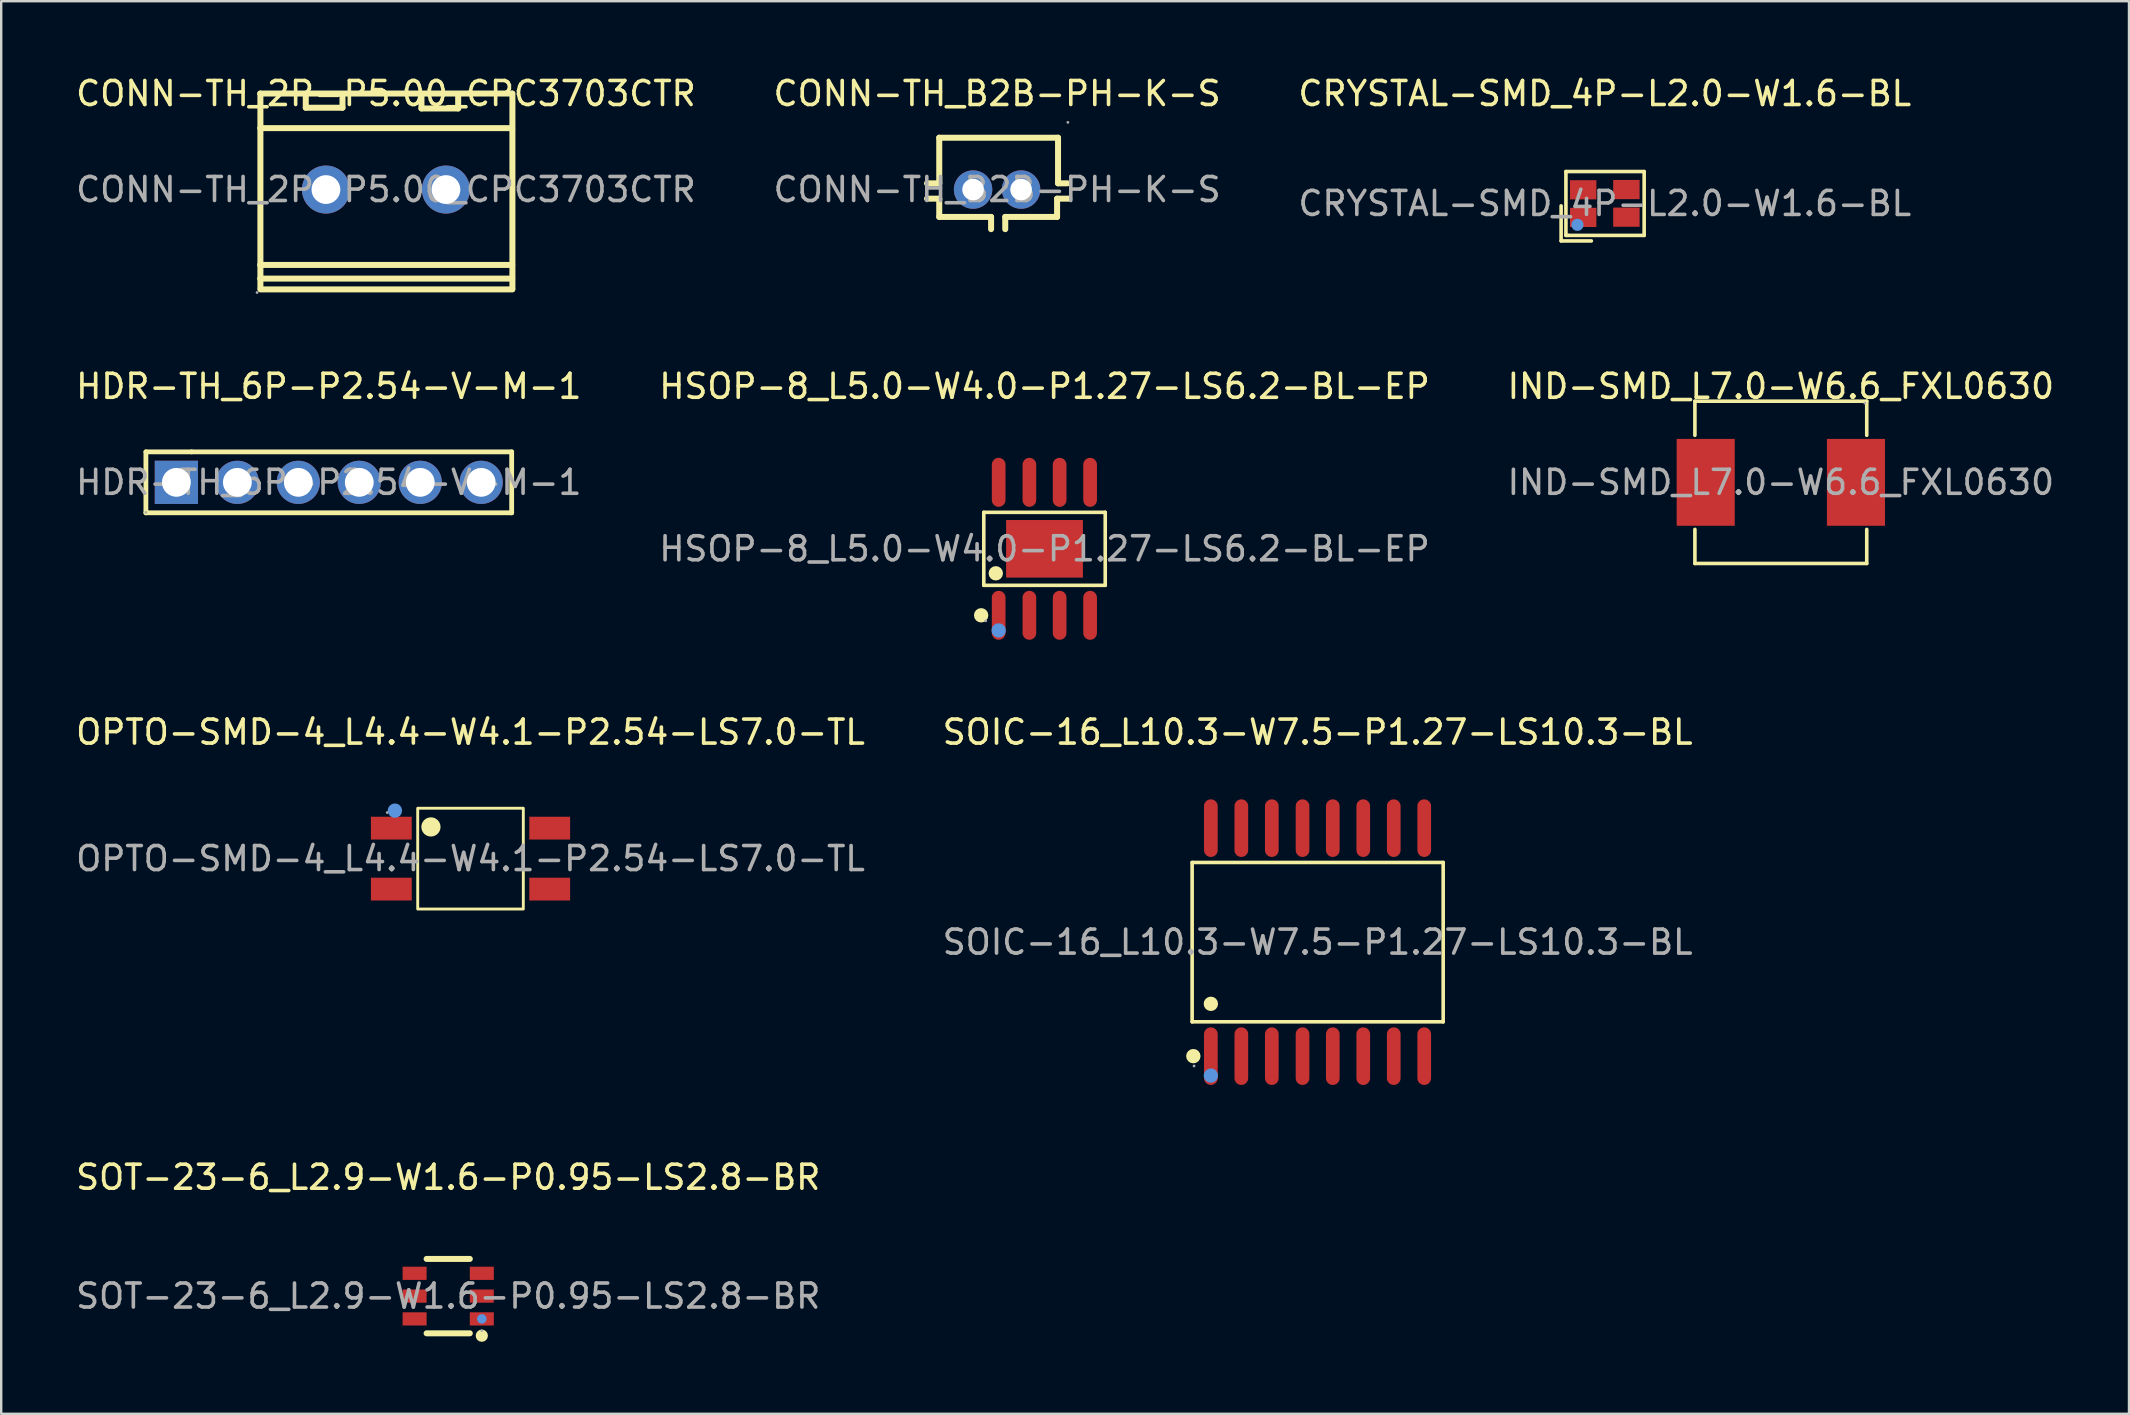
<source format=kicad_pcb>
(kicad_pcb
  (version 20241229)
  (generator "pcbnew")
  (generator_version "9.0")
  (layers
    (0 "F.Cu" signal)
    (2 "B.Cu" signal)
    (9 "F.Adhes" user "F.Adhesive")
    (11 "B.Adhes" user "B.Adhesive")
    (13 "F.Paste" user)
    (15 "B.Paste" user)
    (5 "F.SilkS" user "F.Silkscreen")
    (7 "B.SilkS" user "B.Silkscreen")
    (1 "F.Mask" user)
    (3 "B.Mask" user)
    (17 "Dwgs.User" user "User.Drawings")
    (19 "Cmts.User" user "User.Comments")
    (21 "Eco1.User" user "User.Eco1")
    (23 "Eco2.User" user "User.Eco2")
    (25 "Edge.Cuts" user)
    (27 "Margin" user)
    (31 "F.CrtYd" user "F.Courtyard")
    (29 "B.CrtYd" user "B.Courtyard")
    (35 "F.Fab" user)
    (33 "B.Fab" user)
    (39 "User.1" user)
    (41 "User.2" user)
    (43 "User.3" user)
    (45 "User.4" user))
  (footprint "HDR-TH_6P-P2.54-V-M-1"
    (layer "F.Cu")
    (at 10.649 17.047)
    (property "Reference" "HDR-TH_6P-P2.54-V-M-1" (at 0 -4 0) (layer "F.SilkS") (effects (font (size 1 1) (thickness 0.15))))
    (attr smd)
    (fp_line (start -7.62 -1.27) (end -7.62 1.27) (stroke (width 0.2) (type solid)) (layer "F.SilkS"))
    (fp_line (start -7.62 1.27) (end 7.62 1.27) (stroke (width 0.2) (type solid)) (layer "F.SilkS"))
    (fp_line (start -5.72 -1.27) (end -7.62 -1.27) (stroke (width 0.2) (type solid)) (layer "F.SilkS"))
    (fp_line (start 7.62 -1.27) (end -5.72 -1.27) (stroke (width 0.2) (type solid)) (layer "F.SilkS"))
    (fp_line (start 7.62 1.27) (end 7.62 -1.27) (stroke (width 0.2) (type solid)) (layer "F.SilkS"))
    (fp_circle (center -7.62 1.25) (end -7.59 1.25) (stroke (width 0.06) (type solid)) (fill no) (layer "F.Fab"))
    (fp_text user "${REFERENCE}" (at 0 0 0) (layer "F.Fab") (effects (font (size 1 1) (thickness 0.15))))
    (pad "1" thru_hole rect (at -6.35 0) (size 1.8 1.8) (drill 1.2) (layers "*.Cu" "*.Paste" "*.Mask"))
    (pad "2" thru_hole circle (at -3.81 0) (size 1.8 1.8) (drill 1.2) (layers "*.Cu" "*.Paste" "*.Mask"))
    (pad "3" thru_hole circle (at -1.27 0) (size 1.8 1.8) (drill 1.2) (layers "*.Cu" "*.Paste" "*.Mask"))
    (pad "4" thru_hole circle (at 1.27 0) (size 1.8 1.8) (drill 1.2) (layers "*.Cu" "*.Paste" "*.Mask"))
    (pad "5" thru_hole circle (at 3.81 0) (size 1.8 1.8) (drill 1.2) (layers "*.Cu" "*.Paste" "*.Mask"))
    (pad "6" thru_hole circle (at 6.35 0) (size 1.8 1.8) (drill 1.2) (layers "*.Cu" "*.Paste" "*.Mask")))
  (footprint "SOT-23-6_L2.9-W1.6-P0.95-LS2.8-BR"
    (layer "F.Cu")
    (at 15.625 50.953)
    (property "Reference" "SOT-23-6_L2.9-W1.6-P0.95-LS2.8-BR" (at 0 -4.95 0) (layer "F.SilkS") (effects (font (size 1 1) (thickness 0.15))))
    (attr smd)
    (fp_line (start -0.9 -1.55) (end 0.9 -1.55) (stroke (width 0.25) (type solid)) (layer "F.SilkS"))
    (fp_line (start -0.9 1.55) (end 0.9 1.55) (stroke (width 0.25) (type solid)) (layer "F.SilkS"))
    (fp_circle (center 1.4 1.65) (end 1.53 1.65) (stroke (width 0.25) (type solid)) (fill no) (layer "F.SilkS"))
    (fp_circle (center 1.4 0.95) (end 1.5 0.95) (stroke (width 0.2) (type solid)) (fill no) (layer "Cmts.User"))
    (fp_circle (center 1.4 1.44) (end 1.43 1.44) (stroke (width 0.06) (type solid)) (fill no) (layer "F.Fab"))
    (fp_text user "${REFERENCE}" (at 0 0 0) (layer "F.Fab") (effects (font (size 1 1) (thickness 0.15))))
    (pad "1" smd rect (at 1.4 0.95) (size 1 0.55) (layers "F.Cu" "F.Mask" "F.Paste"))
    (pad "2" smd rect (at 1.4 0) (size 1 0.55) (layers "F.Cu" "F.Mask" "F.Paste"))
    (pad "3" smd rect (at 1.4 -0.95) (size 1 0.55) (layers "F.Cu" "F.Mask" "F.Paste"))
    (pad "4" smd rect (at -1.4 -0.95) (size 1 0.55) (layers "F.Cu" "F.Mask" "F.Paste"))
    (pad "5" smd rect (at -1.4 0) (size 1 0.55) (layers "F.Cu" "F.Mask" "F.Paste"))
    (pad "6" smd rect (at -1.4 0.95) (size 1 0.55) (layers "F.Cu" "F.Mask" "F.Paste")))
  (footprint "OPTO-SMD-4_L4.4-W4.1-P2.54-LS7.0-TL"
    (layer "F.Cu")
    (at 16.554 32.725)
    (property "Reference" "OPTO-SMD-4_L4.4-W4.1-P2.54-LS7.0-TL" (at 0 -5.27 0) (layer "F.SilkS") (effects (font (size 1 1) (thickness 0.15))))
    (attr smd)
    (fp_rect (start -2.2 2.1) (end 2.2 -2.1) (stroke (width 0.12) (type default)) (fill no) (layer "F.SilkS"))
    (fp_arc (start -1.65 -1.52) (mid -1.644991 -1.120063) (end -1.660014 -1.519749) (stroke (width 0.4) (type solid)) (layer "F.SilkS"))
    (fp_circle (center -3.15 -2) (end -3 -2) (stroke (width 0.3) (type solid)) (fill no) (layer "Cmts.User"))
    (fp_circle (center -3.47 -1.92) (end -3.44 -1.92) (stroke (width 0.06) (type solid)) (fill no) (layer "F.Fab"))
    (fp_text user "${REFERENCE}" (at 0 0 0) (layer "F.Fab") (effects (font (size 1 1) (thickness 0.15))))
    (pad "1" smd rect (at -3.3 -1.27) (size 1.7 0.95) (layers "F.Cu" "F.Mask" "F.Paste"))
    (pad "2" smd rect (at -3.3 1.27) (size 1.7 0.95) (layers "F.Cu" "F.Mask" "F.Paste"))
    (pad "3" smd rect (at 3.3 1.27) (size 1.7 0.95) (layers "F.Cu" "F.Mask" "F.Paste"))
    (pad "4" smd rect (at 3.3 -1.27) (size 1.7 0.95) (layers "F.Cu" "F.Mask" "F.Paste")))
  (footprint "CONN-TH_B2B-PH-K-S"
    (layer "F.Cu")
    (at 38.494 4.848)
    (property "Reference" "CONN-TH_B2B-PH-K-S" (at 0 -4 0) (layer "F.SilkS") (effects (font (size 1 1) (thickness 0.15))))
    (attr smd)
    (fp_line (start -2.92 -0.26) (end -2.41 -0.26) (stroke (width 0.25) (type solid)) (layer "F.SilkS"))
    (fp_line (start -2.92 0.38) (end -2.41 0.38) (stroke (width 0.25) (type solid)) (layer "F.SilkS"))
    (fp_line (start -2.41 -2.16) (end 2.54 -2.16) (stroke (width 0.25) (type solid)) (layer "F.SilkS"))
    (fp_line (start -2.41 -0.26) (end -2.41 -2.16) (stroke (width 0.25) (type solid)) (layer "F.SilkS"))
    (fp_line (start -2.41 0.38) (end -2.41 1.14) (stroke (width 0.25) (type solid)) (layer "F.SilkS"))
    (fp_line (start -2.41 1.14) (end -0.25 1.14) (stroke (width 0.25) (type solid)) (layer "F.SilkS"))
    (fp_line (start -0.25 1.14) (end -0.25 1.65) (stroke (width 0.25) (type solid)) (layer "F.SilkS"))
    (fp_line (start 0.34 1.14) (end 0.34 1.65) (stroke (width 0.25) (type solid)) (layer "F.SilkS"))
    (fp_line (start 2.5 0.38) (end 2.5 1.14) (stroke (width 0.25) (type solid)) (layer "F.SilkS"))
    (fp_line (start 2.5 1.14) (end 0.34 1.14) (stroke (width 0.25) (type solid)) (layer "F.SilkS"))
    (fp_line (start 2.54 -2.16) (end 2.54 -0.26) (stroke (width 0.25) (type solid)) (layer "F.SilkS"))
    (fp_line (start 2.54 -0.26) (end 2.93 -0.26) (stroke (width 0.25) (type solid)) (layer "F.SilkS"))
    (fp_line (start 3.01 0.38) (end 2.5 0.38) (stroke (width 0.25) (type solid)) (layer "F.SilkS"))
    (fp_circle (center 2.95 -2.8) (end 2.98 -2.8) (stroke (width 0.06) (type solid)) (fill no) (layer "F.Fab"))
    (fp_text user "${REFERENCE}" (at 0 0 0) (layer "F.Fab") (effects (font (size 1 1) (thickness 0.15))))
    (pad "1" thru_hole circle (at 1 0 180) (size 1.6 1.6) (drill 0.9) (layers "*.Cu" "*.Paste" "*.Mask"))
    (pad "2" thru_hole circle (at -1 0 180) (size 1.6 1.6) (drill 0.9) (layers "*.Cu" "*.Paste" "*.Mask")))
  (footprint "HSOP-8_L5.0-W4.0-P1.27-LS6.2-BL-EP"
    (layer "F.Cu")
    (at 40.47 19.817)
    (property "Reference" "HSOP-8_L5.0-W4.0-P1.27-LS6.2-BL-EP" (at 0 -6.77 0) (layer "F.SilkS") (effects (font (size 1 1) (thickness 0.15))))
    (attr smd)
    (fp_line (start -2.53 -1.52) (end 2.53 -1.52) (stroke (width 0.15) (type solid)) (layer "F.SilkS"))
    (fp_line (start -2.53 1.52) (end -2.53 -1.52) (stroke (width 0.15) (type solid)) (layer "F.SilkS"))
    (fp_line (start 2.53 -1.52) (end 2.53 1.52) (stroke (width 0.15) (type solid)) (layer "F.SilkS"))
    (fp_line (start 2.53 1.52) (end -2.53 1.52) (stroke (width 0.15) (type solid)) (layer "F.SilkS"))
    (fp_circle (center -2.64 2.77) (end -2.49 2.77) (stroke (width 0.3) (type solid)) (fill no) (layer "F.SilkS"))
    (fp_circle (center -2.03 1.02) (end -1.88 1.02) (stroke (width 0.3) (type solid)) (fill no) (layer "F.SilkS"))
    (fp_circle (center -1.91 3.4) (end -1.76 3.4) (stroke (width 0.3) (type solid)) (fill no) (layer "Cmts.User"))
    (fp_circle (center -2.45 3) (end -2.42 3) (stroke (width 0.06) (type solid)) (fill no) (layer "F.Fab"))
    (fp_text user "${REFERENCE}" (at 0 0 0) (layer "F.Fab") (effects (font (size 1 1) (thickness 0.15))))
    (pad "1" smd oval (at -1.91 2.77) (size 0.57 2.04) (layers "F.Cu" "F.Mask" "F.Paste"))
    (pad "2" smd oval (at -0.63 2.77) (size 0.57 2.04) (layers "F.Cu" "F.Mask" "F.Paste"))
    (pad "3" smd oval (at 0.63 2.77) (size 0.57 2.04) (layers "F.Cu" "F.Mask" "F.Paste"))
    (pad "4" smd oval (at 1.9 2.77) (size 0.57 2.04) (layers "F.Cu" "F.Mask" "F.Paste"))
    (pad "5" smd oval (at 1.9 -2.77) (size 0.57 2.04) (layers "F.Cu" "F.Mask" "F.Paste"))
    (pad "6" smd oval (at 0.63 -2.77) (size 0.57 2.04) (layers "F.Cu" "F.Mask" "F.Paste"))
    (pad "7" smd oval (at -0.63 -2.77) (size 0.57 2.04) (layers "F.Cu" "F.Mask" "F.Paste"))
    (pad "8" smd oval (at -1.91 -2.77) (size 0.57 2.04) (layers "F.Cu" "F.Mask" "F.Paste"))
    (pad "9" smd rect (at 0 0) (size 3.2 2.4) (layers "F.Cu" "F.Mask" "F.Paste")))
  (footprint "CRYSTAL-SMD_4P-L2.0-W1.6-BL"
    (layer "F.Cu")
    (at 63.815 5.428)
    (property "Reference" "CRYSTAL-SMD_4P-L2.0-W1.6-BL" (at 0 -4.58 0) (layer "F.SilkS") (effects (font (size 1 1) (thickness 0.15))))
    (attr smd)
    (fp_line (start -1.82 0.1) (end -1.82 1.56) (stroke (width 0.15) (type solid)) (layer "F.SilkS"))
    (fp_line (start -1.82 1.56) (end -0.56 1.56) (stroke (width 0.15) (type solid)) (layer "F.SilkS"))
    (fp_line (start -1.62 -1.33) (end 1.64 -1.33) (stroke (width 0.15) (type solid)) (layer "F.SilkS"))
    (fp_line (start -1.62 1.33) (end -1.62 -1.33) (stroke (width 0.15) (type solid)) (layer "F.SilkS"))
    (fp_line (start -1.53 1.33) (end -1.62 1.33) (stroke (width 0.15) (type solid)) (layer "F.SilkS"))
    (fp_line (start 1.64 -1.33) (end 1.64 1.33) (stroke (width 0.15) (type solid)) (layer "F.SilkS"))
    (fp_line (start 1.64 1.33) (end -1.53 1.33) (stroke (width 0.15) (type solid)) (layer "F.SilkS"))
    (fp_circle (center -1.14 0.89) (end -1.01 0.89) (stroke (width 0.25) (type solid)) (fill no) (layer "Cmts.User"))
    (fp_circle (center -1 0.8) (end -0.97 0.8) (stroke (width 0.06) (type solid)) (fill no) (layer "F.Fab"))
    (fp_text user "${REFERENCE}" (at 0 0 0) (layer "F.Fab") (effects (font (size 1 1) (thickness 0.15))))
    (pad "1" smd rect (at -0.9 0.58) (size 1.1 0.8) (layers "F.Cu" "F.Mask" "F.Paste"))
    (pad "2" smd rect (at 0.9 0.57) (size 1.1 0.8) (layers "F.Cu" "F.Mask" "F.Paste"))
    (pad "3" smd rect (at 0.9 -0.58) (size 1.1 0.8) (layers "F.Cu" "F.Mask" "F.Paste"))
    (pad "4" smd rect (at -0.9 -0.57) (size 1.1 0.8) (layers "F.Cu" "F.Mask" "F.Paste")))
  (footprint "IND-SMD_L7.0-W6.6_FXL0630"
    (layer "F.Cu")
    (at 71.149 17.047)
    (property "Reference" "IND-SMD_L7.0-W6.6_FXL0630" (at 0 -4 0) (layer "F.SilkS") (effects (font (size 1 1) (thickness 0.15))))
    (attr smd)
    (fp_line (start -3.58 -3.38) (end 3.58 -3.38) (stroke (width 0.15) (type solid)) (layer "F.SilkS"))
    (fp_line (start -3.58 -1.96) (end -3.58 -3.38) (stroke (width 0.15) (type solid)) (layer "F.SilkS"))
    (fp_line (start -3.58 1.96) (end -3.58 3.38) (stroke (width 0.15) (type solid)) (layer "F.SilkS"))
    (fp_line (start -3.58 3.38) (end 3.58 3.38) (stroke (width 0.15) (type solid)) (layer "F.SilkS"))
    (fp_line (start 3.58 -3.38) (end 3.58 -1.96) (stroke (width 0.15) (type solid)) (layer "F.SilkS"))
    (fp_line (start 3.58 3.38) (end 3.58 1.96) (stroke (width 0.15) (type solid)) (layer "F.SilkS"))
    (fp_circle (center 3.5 -3.3) (end 3.53 -3.3) (stroke (width 0.06) (type solid)) (fill no) (layer "F.Fab"))
    (fp_text user "${REFERENCE}" (at 0 0 0) (layer "F.Fab") (effects (font (size 1 1) (thickness 0.15))))
    (pad "1" smd rect (at 3.13 0) (size 2.42 3.62) (layers "F.Cu" "F.Mask" "F.Paste"))
    (pad "2" smd rect (at -3.13 0) (size 2.42 3.62) (layers "F.Cu" "F.Mask" "F.Paste")))
  (footprint "CONN-TH_2P-P5.00_CPC3703CTR"
    (layer "F.Cu")
    (at 13.03 4.848)
    (property "Reference" "CONN-TH_2P-P5.00_CPC3703CTR" (at 0 -4 0) (layer "F.SilkS") (effects (font (size 1 1) (thickness 0.15))))
    (attr smd)
    (fp_line (start -5.24 -4) (end 5.26 -4) (stroke (width 0.25) (type solid)) (layer "F.SilkS"))
    (fp_line (start -5.24 -2.56) (end 5.26 -2.56) (stroke (width 0.25) (type solid)) (layer "F.SilkS"))
    (fp_line (start -5.24 3.14) (end 5.26 3.14) (stroke (width 0.25) (type solid)) (layer "F.SilkS"))
    (fp_line (start -5.24 3.71) (end 5.26 3.71) (stroke (width 0.25) (type solid)) (layer "F.SilkS"))
    (fp_line (start -5.23 -4) (end -5.23 4.1) (stroke (width 0.25) (type solid)) (layer "F.SilkS"))
    (fp_line (start -5.23 4.16) (end 5.27 4.16) (stroke (width 0.25) (type solid)) (layer "F.SilkS"))
    (fp_line (start -3.34 -3.95) (end -3.34 -3.41) (stroke (width 0.25) (type solid)) (layer "F.SilkS"))
    (fp_line (start -3.34 -3.41) (end -1.81 -3.41) (stroke (width 0.25) (type solid)) (layer "F.SilkS"))
    (fp_line (start -1.81 -3.41) (end -1.81 -3.95) (stroke (width 0.25) (type solid)) (layer "F.SilkS"))
    (fp_line (start 1.48 -3.92) (end 1.48 -3.38) (stroke (width 0.25) (type solid)) (layer "F.SilkS"))
    (fp_line (start 1.48 -3.38) (end 3.01 -3.38) (stroke (width 0.25) (type solid)) (layer "F.SilkS"))
    (fp_line (start 3.01 -3.38) (end 3.01 -3.92) (stroke (width 0.25) (type solid)) (layer "F.SilkS"))
    (fp_line (start 5.27 -4) (end 5.27 4.1) (stroke (width 0.25) (type solid)) (layer "F.SilkS"))
    (fp_circle (center -5.37 4.29) (end -5.34 4.29) (stroke (width 0.06) (type solid)) (fill no) (layer "F.Fab"))
    (fp_circle (center -2.5 0) (end -2.25 0) (stroke (width 0.5) (type solid)) (fill no) (layer "F.Fab"))
    (fp_circle (center 2.5 0) (end 2.75 0) (stroke (width 0.5) (type solid)) (fill no) (layer "F.Fab"))
    (fp_text user "${REFERENCE}" (at 0 0 0) (layer "F.Fab") (effects (font (size 1 1) (thickness 0.15))))
    (pad "1" thru_hole circle (at -2.5 0) (size 2 2) (drill 1.2) (layers "*.Cu" "*.Paste" "*.Mask"))
    (pad "2" thru_hole circle (at 2.5 0) (size 2 2) (drill 1.2) (layers "*.Cu" "*.Paste" "*.Mask")))
  (footprint "SOIC-16_L10.3-W7.5-P1.27-LS10.3-BL"
    (layer "F.Cu")
    (at 51.851 36.205)
    (property "Reference" "SOIC-16_L10.3-W7.5-P1.27-LS10.3-BL" (at 0 -8.75 0) (layer "F.SilkS") (effects (font (size 1 1) (thickness 0.15))))
    (attr smd)
    (fp_line (start -5.23 -3.32) (end 5.23 -3.32) (stroke (width 0.15) (type solid)) (layer "F.SilkS"))
    (fp_line (start -5.23 3.32) (end -5.23 -3.32) (stroke (width 0.15) (type solid)) (layer "F.SilkS"))
    (fp_line (start 5.23 -3.32) (end 5.23 3.32) (stroke (width 0.15) (type solid)) (layer "F.SilkS"))
    (fp_line (start 5.23 3.32) (end -5.23 3.32) (stroke (width 0.15) (type solid)) (layer "F.SilkS"))
    (fp_circle (center -5.18 4.75) (end -5.03 4.75) (stroke (width 0.3) (type solid)) (fill no) (layer "F.SilkS"))
    (fp_circle (center -4.45 2.57) (end -4.3 2.57) (stroke (width 0.3) (type solid)) (fill no) (layer "F.SilkS"))
    (fp_circle (center -4.45 5.56) (end -4.3 5.56) (stroke (width 0.3) (type solid)) (fill no) (layer "Cmts.User"))
    (fp_circle (center -5.15 5.16) (end -5.12 5.16) (stroke (width 0.06) (type solid)) (fill no) (layer "F.Fab"))
    (fp_text user "${REFERENCE}" (at 0 0 0) (layer "F.Fab") (effects (font (size 1 1) (thickness 0.15))))
    (pad "1" smd oval (at -4.45 4.75) (size 0.57 2.4) (layers "F.Cu" "F.Mask" "F.Paste"))
    (pad "2" smd oval (at -3.18 4.75) (size 0.57 2.4) (layers "F.Cu" "F.Mask" "F.Paste"))
    (pad "3" smd oval (at -1.91 4.75) (size 0.57 2.4) (layers "F.Cu" "F.Mask" "F.Paste"))
    (pad "4" smd oval (at -0.63 4.75) (size 0.57 2.4) (layers "F.Cu" "F.Mask" "F.Paste"))
    (pad "5" smd oval (at 0.63 4.75) (size 0.57 2.4) (layers "F.Cu" "F.Mask" "F.Paste"))
    (pad "6" smd oval (at 1.9 4.75) (size 0.57 2.4) (layers "F.Cu" "F.Mask" "F.Paste"))
    (pad "7" smd oval (at 3.17 4.75) (size 0.57 2.4) (layers "F.Cu" "F.Mask" "F.Paste"))
    (pad "8" smd oval (at 4.44 4.75) (size 0.57 2.4) (layers "F.Cu" "F.Mask" "F.Paste"))
    (pad "9" smd oval (at 4.44 -4.75) (size 0.57 2.4) (layers "F.Cu" "F.Mask" "F.Paste"))
    (pad "10" smd oval (at 3.17 -4.75) (size 0.57 2.4) (layers "F.Cu" "F.Mask" "F.Paste"))
    (pad "11" smd oval (at 1.9 -4.75) (size 0.57 2.4) (layers "F.Cu" "F.Mask" "F.Paste"))
    (pad "12" smd oval (at 0.63 -4.75) (size 0.57 2.4) (layers "F.Cu" "F.Mask" "F.Paste"))
    (pad "13" smd oval (at -0.63 -4.75) (size 0.57 2.4) (layers "F.Cu" "F.Mask" "F.Paste"))
    (pad "14" smd oval (at -1.91 -4.75) (size 0.57 2.4) (layers "F.Cu" "F.Mask" "F.Paste"))
    (pad "15" smd oval (at -3.18 -4.75) (size 0.57 2.4) (layers "F.Cu" "F.Mask" "F.Paste"))
    (pad "16" smd oval (at -4.45 -4.75) (size 0.57 2.4) (layers "F.Cu" "F.Mask" "F.Paste")))
  (gr_rect
    (start -3 -3)
    (end 85.655 55.858)
    (stroke (width 0.1) (type default))
    (fill no)
    (layer "Edge.Cuts")))
</source>
